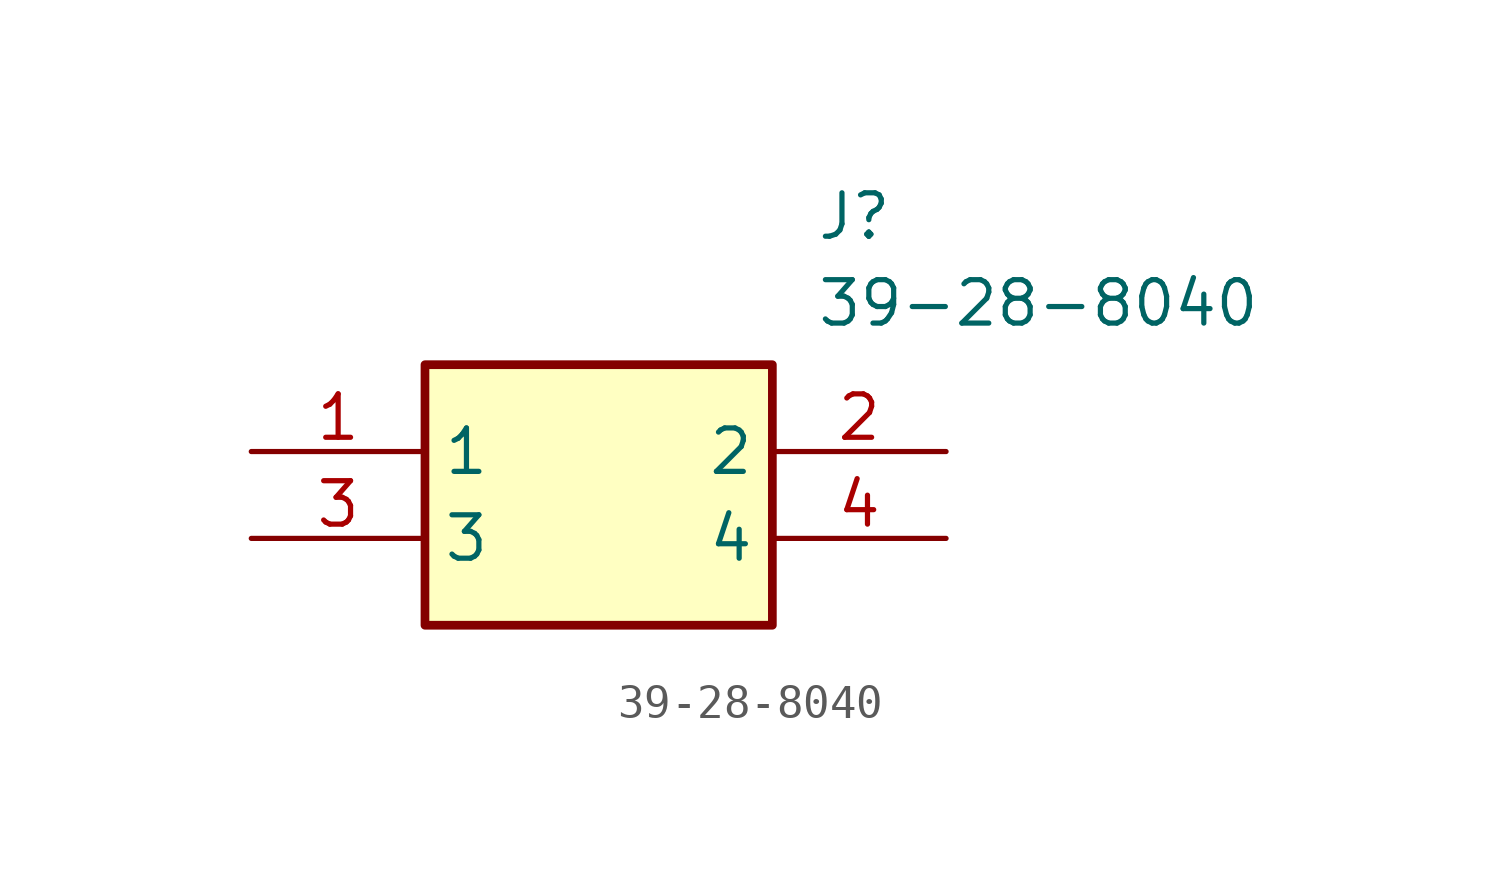
<source format=kicad_sym>
(kicad_symbol_lib
  (version 20211014)
  (generator SamacSys_ECAD_Model)
  (symbol "39-28-8040"
    (property "Reference" "J"
      (at 16.51 7.62 0)
      (effects (font (size 1.27 1.27)) (justify left top)))
    (property "Value" "39-28-8040"
      (at 16.51 5.08 0)
      (effects (font (size 1.27 1.27)) (justify left top)))
    (rectangle
      (start 5.08 2.54)
      (end 15.24 -5.08)
      (stroke (width 0.254) (type default))
      (fill (type background)))
    (pin passive line
      (at 0 0 0)
      (length 5.08)
      (name "1" (effects (font (size 1.27 1.27))))
      (number "1" (effects (font (size 1.27 1.27)))))
    (pin passive line
      (at 20.32 0 180)
      (length 5.08)
      (name "2" (effects (font (size 1.27 1.27))))
      (number "2" (effects (font (size 1.27 1.27)))))
    (pin passive line
      (at 0 -2.54 0)
      (length 5.08)
      (name "3" (effects (font (size 1.27 1.27))))
      (number "3" (effects (font (size 1.27 1.27)))))
    (pin passive line
      (at 20.32 -2.54 180)
      (length 5.08)
      (name "4" (effects (font (size 1.27 1.27))))
      (number "4" (effects (font (size 1.27 1.27)))))))
</source>
